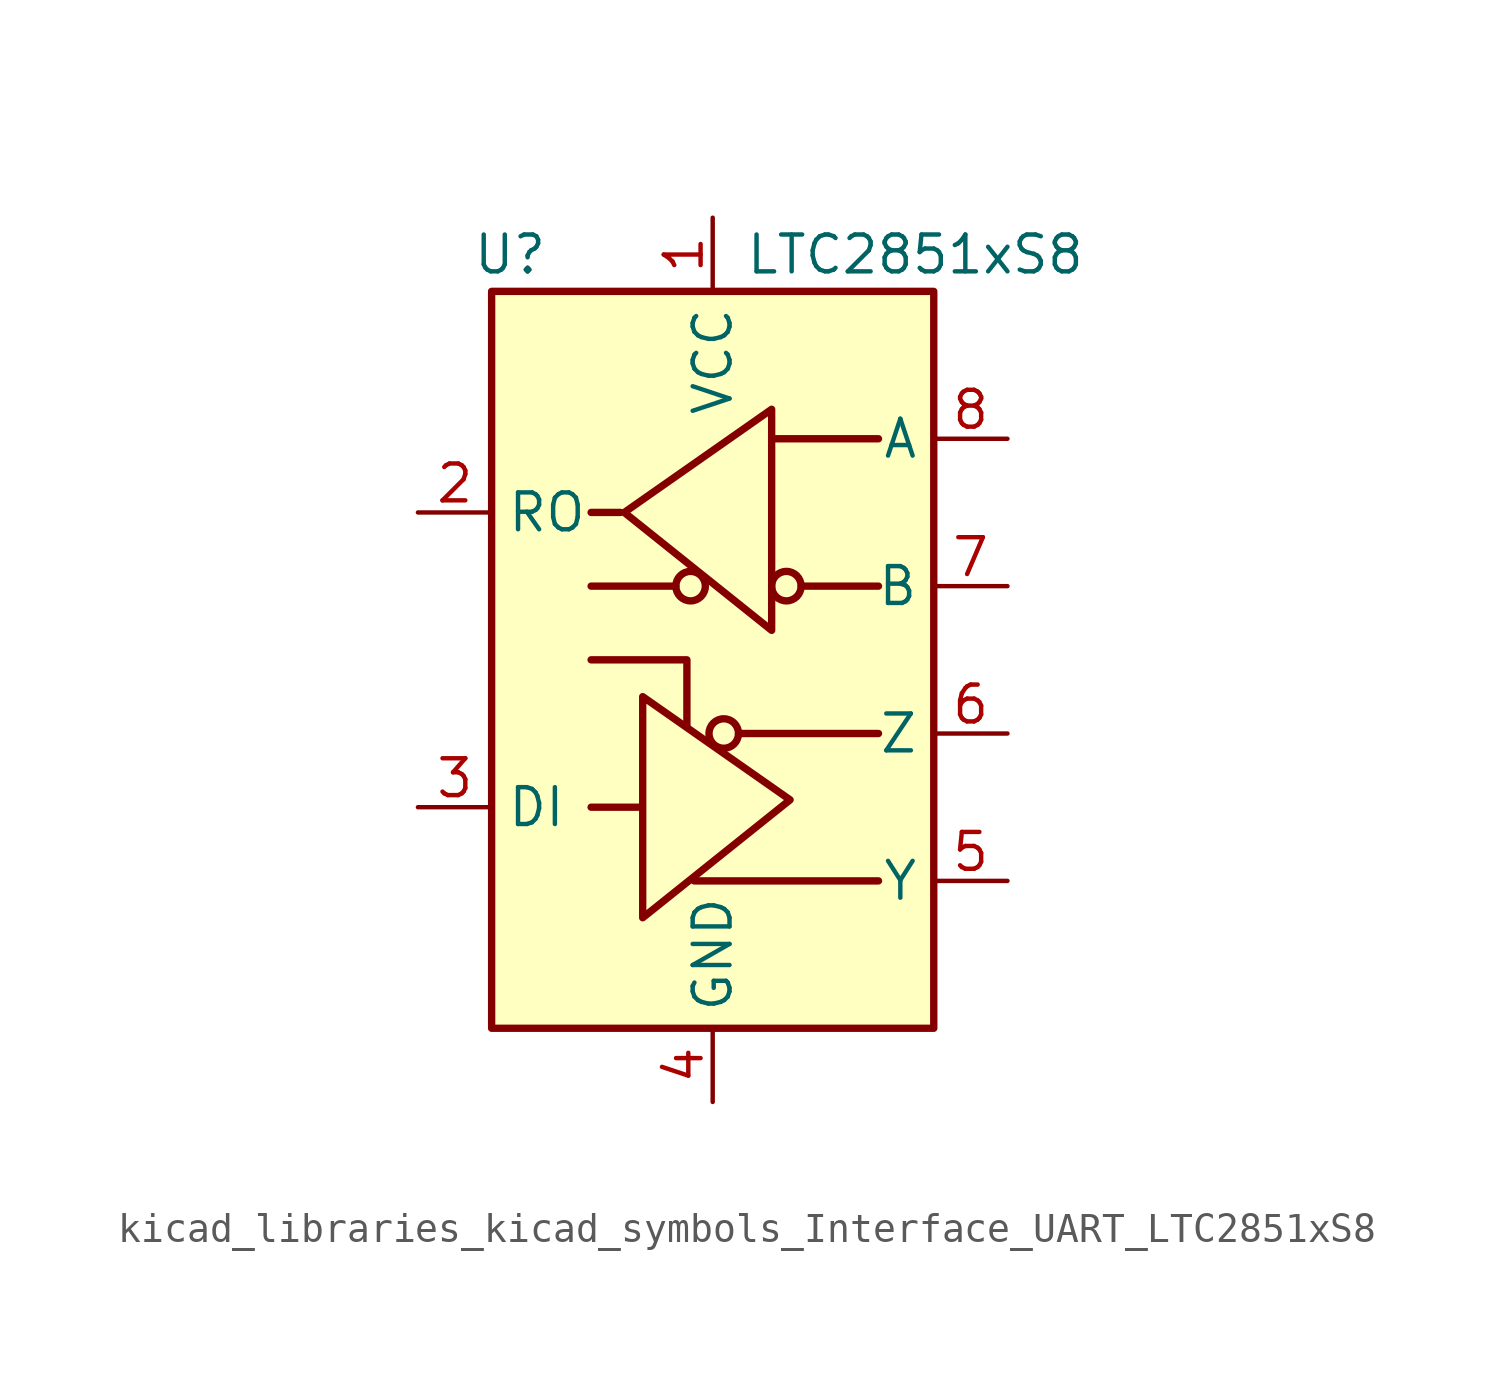
<source format=kicad_sym>
(kicad_symbol_lib
  (version 20220914)
  (generator kicad_symbol_editor)
  (symbol "kicad_libraries_kicad_symbols_Interface_UART_LTC2851xS8"
    (property "Reference" "U"
      (at -6.985 13.97 0)
      (effects (font (size 1.27 1.27))))
    (property "Value" "LTC2851xS8"
      (at 6.985 13.97 0)
      (effects (font (size 1.27 1.27))))
    (symbol "kicad_libraries_kicad_symbols_Interface_UART_LTC2851xS8_0_1"
      (rectangle (start -7.62 12.7) (end 7.62 -12.7) (stroke (width 0.254) (type default)) (fill (type background))))
    (symbol "kicad_libraries_kicad_symbols_Interface_UART_LTC2851xS8_1_1"
      (circle (center -0.762 2.54) (radius 0.508) (stroke (width 0.254) (type default)) (fill (type none)))
      (polyline (pts (xy -4.191 2.54) (xy -1.27 2.54)) (stroke (width 0.254) (type default)) (fill (type none)))
      (polyline (pts (xy -2.54 -5.08) (xy -4.191 -5.08)) (stroke (width 0.254) (type default)) (fill (type none)))
      (polyline (pts (xy -0.635 -7.62) (xy 5.715 -7.62)) (stroke (width 0.254) (type default)) (fill (type none)))
      (polyline (pts (xy 0.889 -2.54) (xy 5.715 -2.54)) (stroke (width 0.254) (type default)) (fill (type none)))
      (polyline (pts (xy 2.032 7.62) (xy 5.715 7.62)) (stroke (width 0.254) (type default)) (fill (type none)))
      (polyline (pts (xy 3.048 2.54) (xy 5.715 2.54)) (stroke (width 0.254) (type default)) (fill (type none)))
      (polyline (pts (xy -4.191 0) (xy -0.889 0) (xy -0.889 -2.286)) (stroke (width 0.254) (type default)) (fill (type none)))
      (polyline (pts (xy -3.175 5.08) (xy -4.191 5.08) (xy -4.064 5.08)) (stroke (width 0.254) (type default)) (fill (type none)))
      (polyline (pts (xy -2.413 -5.08) (xy -2.413 -1.27) (xy 2.667 -4.826) (xy -2.413 -8.89) (xy -2.413 -5.08)) (stroke (width 0.254) (type default)) (fill (type none)))
      (polyline (pts (xy 2.032 4.826) (xy 2.032 8.636) (xy -3.048 5.08) (xy 2.032 1.016) (xy 2.032 4.826)) (stroke (width 0.254) (type default)) (fill (type none)))
      (circle (center 0.381 -2.54) (radius 0.508) (stroke (width 0.254) (type default)) (fill (type none)))
      (circle (center 2.54 2.54) (radius 0.508) (stroke (width 0.254) (type default)) (fill (type none)))
      (pin power_in line (at 0 15.24 270) (length 2.54) (name "VCC" (effects (font (size 1.27 1.27)))) (number "1" (effects (font (size 1.27 1.27)))))
      (pin output line (at -10.16 5.08 0) (length 2.54) (name "RO" (effects (font (size 1.27 1.27)))) (number "2" (effects (font (size 1.27 1.27)))))
      (pin input line (at -10.16 -5.08 0) (length 2.54) (name "DI" (effects (font (size 1.27 1.27)))) (number "3" (effects (font (size 1.27 1.27)))))
      (pin power_in line (at 0 -15.24 90) (length 2.54) (name "GND" (effects (font (size 1.27 1.27)))) (number "4" (effects (font (size 1.27 1.27)))))
      (pin output line (at 10.16 -7.62 180) (length 2.54) (name "Y" (effects (font (size 1.27 1.27)))) (number "5" (effects (font (size 1.27 1.27)))))
      (pin output line (at 10.16 -2.54 180) (length 2.54) (name "Z" (effects (font (size 1.27 1.27)))) (number "6" (effects (font (size 1.27 1.27)))))
      (pin input line (at 10.16 2.54 180) (length 2.54) (name "B" (effects (font (size 1.27 1.27)))) (number "7" (effects (font (size 1.27 1.27)))))
      (pin input line (at 10.16 7.62 180) (length 2.54) (name "A" (effects (font (size 1.27 1.27)))) (number "8" (effects (font (size 1.27 1.27))))))))
</source>
